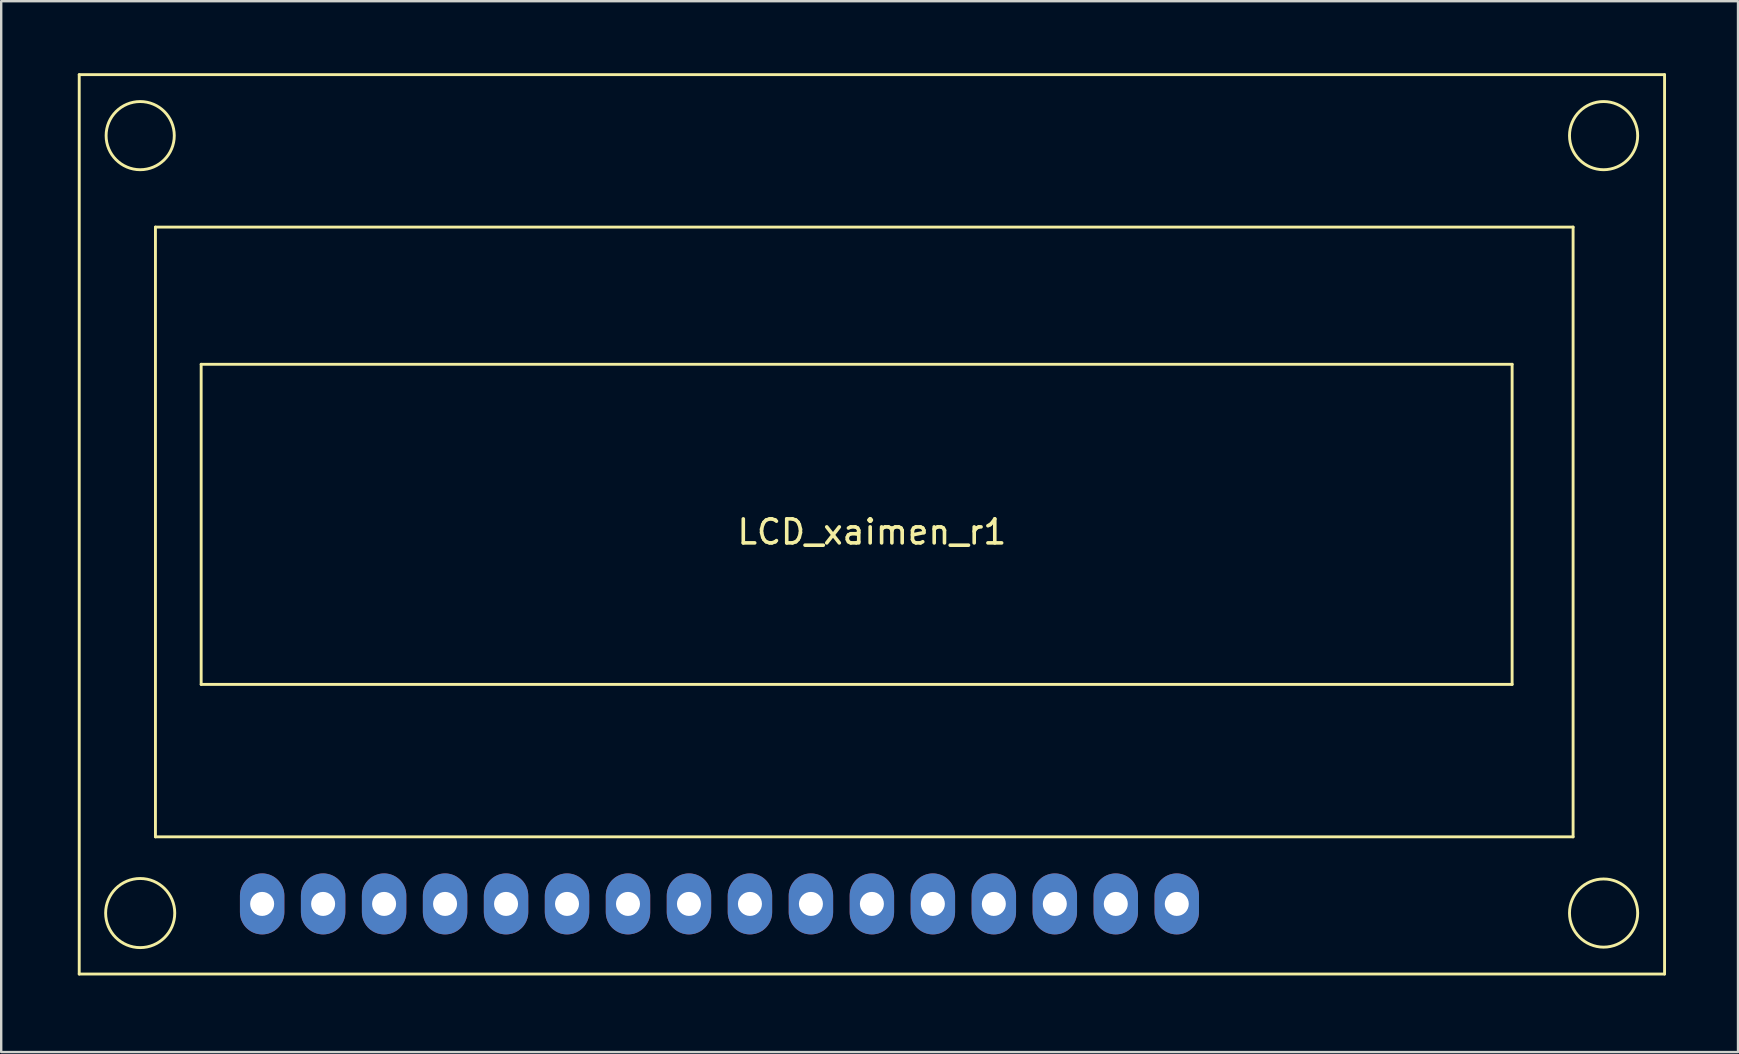
<source format=kicad_pcb>
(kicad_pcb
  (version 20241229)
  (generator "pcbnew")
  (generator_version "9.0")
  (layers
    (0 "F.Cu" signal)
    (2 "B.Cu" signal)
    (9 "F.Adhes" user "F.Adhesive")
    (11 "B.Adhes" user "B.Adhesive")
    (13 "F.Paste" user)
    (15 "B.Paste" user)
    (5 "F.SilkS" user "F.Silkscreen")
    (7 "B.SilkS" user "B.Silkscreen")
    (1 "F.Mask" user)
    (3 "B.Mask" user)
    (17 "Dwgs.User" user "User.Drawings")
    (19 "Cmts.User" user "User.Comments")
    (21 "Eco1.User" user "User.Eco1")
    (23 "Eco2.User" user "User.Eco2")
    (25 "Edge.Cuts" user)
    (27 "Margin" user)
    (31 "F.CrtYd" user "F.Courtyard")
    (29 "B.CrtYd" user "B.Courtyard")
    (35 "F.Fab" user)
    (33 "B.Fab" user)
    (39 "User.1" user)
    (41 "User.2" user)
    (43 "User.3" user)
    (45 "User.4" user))
  (footprint "LCD_xaimen_r1"
    (layer "F.Cu")
    (at 0.25 37.525)
    (property "Reference" "LCD_xaimen_r1" (at 33.02 -18.415 0) (layer "F.SilkS") (effects (font (size 1 1) (thickness 0.15))))
    (attr through_hole)
    (fp_line (start 0 -37.465) (end 66.04 -37.465) (stroke (width 0.12) (type solid)) (layer "F.SilkS"))
    (fp_line (start 0 0) (end 0 -37.465) (stroke (width 0.12) (type solid)) (layer "F.SilkS"))
    (fp_line (start 3.175 -31.115) (end 62.23 -31.115) (stroke (width 0.12) (type solid)) (layer "F.SilkS"))
    (fp_line (start 3.175 -5.715) (end 3.175 -31.115) (stroke (width 0.12) (type solid)) (layer "F.SilkS"))
    (fp_line (start 5.08 -25.4) (end 59.69 -25.4) (stroke (width 0.12) (type solid)) (layer "F.SilkS"))
    (fp_line (start 5.08 -12.065) (end 5.08 -25.4) (stroke (width 0.12) (type solid)) (layer "F.SilkS"))
    (fp_line (start 59.69 -25.4) (end 59.69 -12.065) (stroke (width 0.12) (type solid)) (layer "F.SilkS"))
    (fp_line (start 59.69 -12.065) (end 5.08 -12.065) (stroke (width 0.12) (type solid)) (layer "F.SilkS"))
    (fp_line (start 62.23 -31.115) (end 62.23 -5.715) (stroke (width 0.12) (type solid)) (layer "F.SilkS"))
    (fp_line (start 62.23 -5.715) (end 3.175 -5.715) (stroke (width 0.12) (type solid)) (layer "F.SilkS"))
    (fp_line (start 66.04 -37.465) (end 66.04 0) (stroke (width 0.12) (type solid)) (layer "F.SilkS"))
    (fp_line (start 66.04 0) (end 0 0) (stroke (width 0.12) (type solid)) (layer "F.SilkS"))
    (fp_circle (center 2.54 -34.925) (end 1.905 -36.195) (stroke (width 0.12) (type solid)) (fill no) (layer "F.SilkS"))
    (fp_circle (center 2.54 -2.54) (end 2.799 -1.124) (stroke (width 0.12) (type solid)) (fill no) (layer "F.SilkS"))
    (fp_circle (center 63.5 -34.925) (end 64.77 -34.29) (stroke (width 0.12) (type solid)) (fill no) (layer "F.SilkS"))
    (fp_circle (center 63.5 -2.54) (end 62.23 -3.175) (stroke (width 0.12) (type solid)) (fill no) (layer "F.SilkS"))
    (pad "1" thru_hole oval (at 7.62 -2.921) (size 1.85 2.54) (drill 1) (layers "*.Cu" "*.Mask"))
    (pad "2" thru_hole oval (at 10.16 -2.921) (size 1.85 2.54) (drill 1) (layers "*.Cu" "*.Mask"))
    (pad "3" thru_hole oval (at 12.7 -2.921) (size 1.85 2.54) (drill 1) (layers "*.Cu" "*.Mask"))
    (pad "4" thru_hole oval (at 15.24 -2.921) (size 1.85 2.54) (drill 1) (layers "*.Cu" "*.Mask"))
    (pad "5" thru_hole oval (at 17.78 -2.921) (size 1.85 2.54) (drill 1) (layers "*.Cu" "*.Mask"))
    (pad "6" thru_hole oval (at 20.32 -2.921) (size 1.85 2.54) (drill 1) (layers "*.Cu" "*.Mask"))
    (pad "7" thru_hole oval (at 22.86 -2.921) (size 1.85 2.54) (drill 1) (layers "*.Cu" "*.Mask"))
    (pad "8" thru_hole oval (at 25.4 -2.921) (size 1.85 2.54) (drill 1) (layers "*.Cu" "*.Mask"))
    (pad "9" thru_hole oval (at 27.94 -2.921) (size 1.85 2.54) (drill 1) (layers "*.Cu" "*.Mask"))
    (pad "10" thru_hole oval (at 30.48 -2.921) (size 1.85 2.54) (drill 1) (layers "*.Cu" "*.Mask"))
    (pad "11" thru_hole oval (at 33.02 -2.921) (size 1.85 2.54) (drill 1) (layers "*.Cu" "*.Mask"))
    (pad "12" thru_hole oval (at 35.56 -2.921) (size 1.85 2.54) (drill 1) (layers "*.Cu" "*.Mask"))
    (pad "13" thru_hole oval (at 38.1 -2.921) (size 1.85 2.54) (drill 1) (layers "*.Cu" "*.Mask"))
    (pad "14" thru_hole oval (at 40.64 -2.921) (size 1.85 2.54) (drill 1) (layers "*.Cu" "*.Mask"))
    (pad "15" thru_hole oval (at 43.18 -2.921) (size 1.85 2.54) (drill 1) (layers "*.Cu" "*.Mask"))
    (pad "16" thru_hole oval (at 45.72 -2.921) (size 1.85 2.54) (drill 1) (layers "*.Cu" "*.Mask")))
  (gr_rect
    (start -3 -3)
    (end 69.35 40.775)
    (stroke (width 0.1) (type default))
    (fill no)
    (layer "Edge.Cuts")))
</source>
